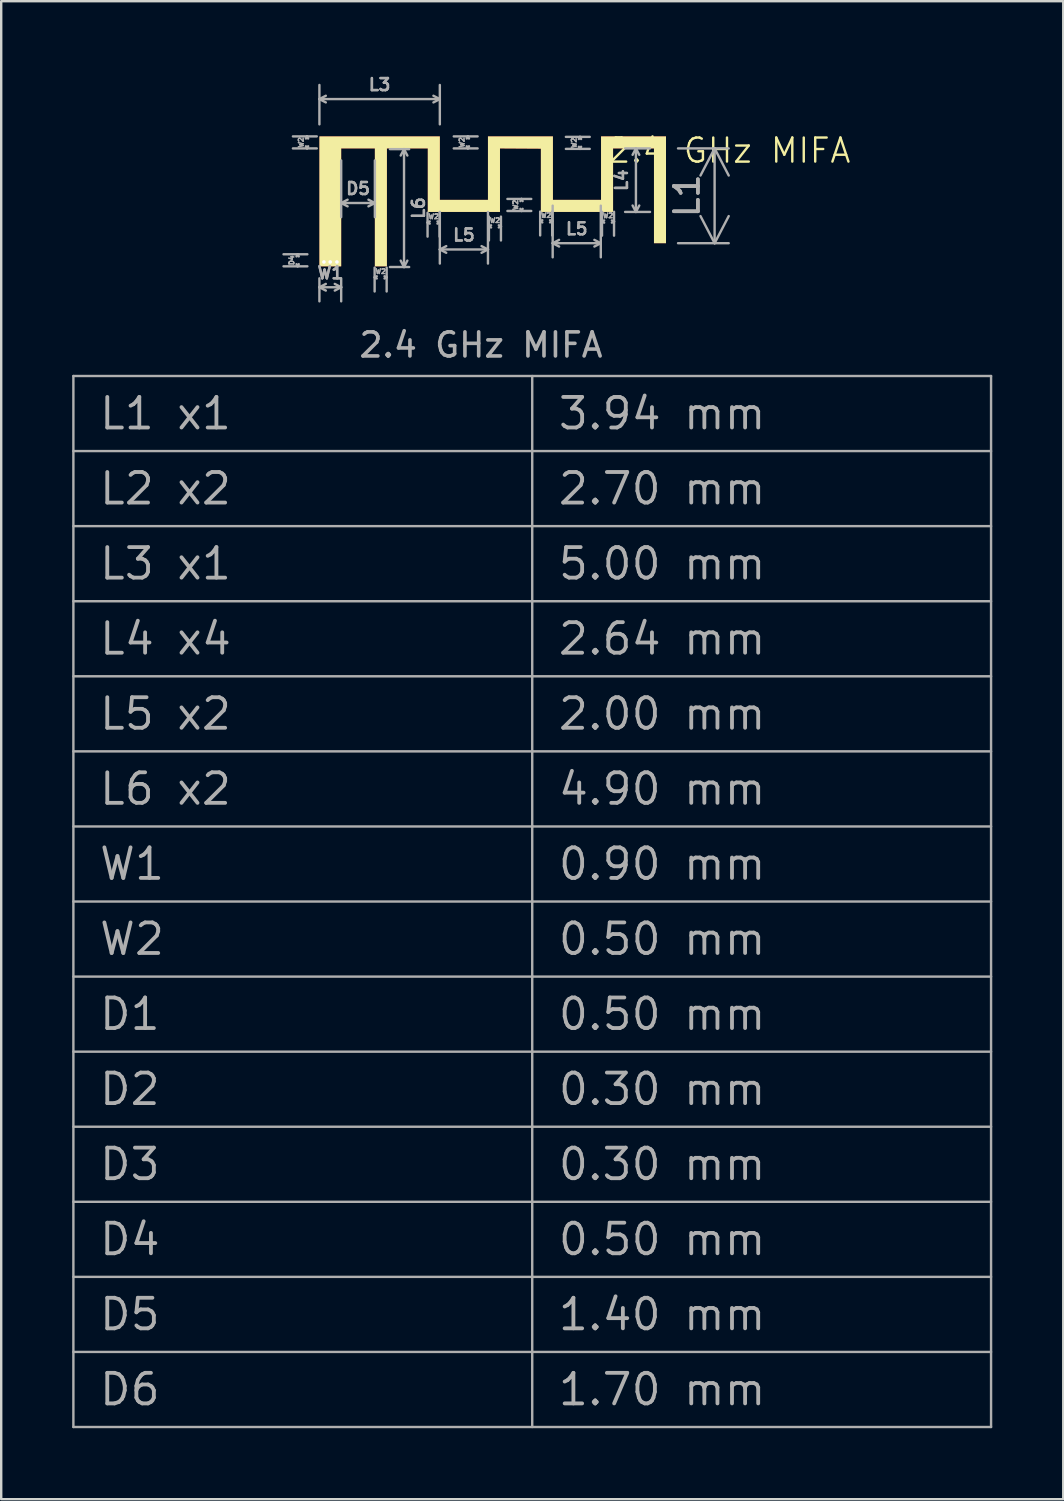
<source format=kicad_pcb>
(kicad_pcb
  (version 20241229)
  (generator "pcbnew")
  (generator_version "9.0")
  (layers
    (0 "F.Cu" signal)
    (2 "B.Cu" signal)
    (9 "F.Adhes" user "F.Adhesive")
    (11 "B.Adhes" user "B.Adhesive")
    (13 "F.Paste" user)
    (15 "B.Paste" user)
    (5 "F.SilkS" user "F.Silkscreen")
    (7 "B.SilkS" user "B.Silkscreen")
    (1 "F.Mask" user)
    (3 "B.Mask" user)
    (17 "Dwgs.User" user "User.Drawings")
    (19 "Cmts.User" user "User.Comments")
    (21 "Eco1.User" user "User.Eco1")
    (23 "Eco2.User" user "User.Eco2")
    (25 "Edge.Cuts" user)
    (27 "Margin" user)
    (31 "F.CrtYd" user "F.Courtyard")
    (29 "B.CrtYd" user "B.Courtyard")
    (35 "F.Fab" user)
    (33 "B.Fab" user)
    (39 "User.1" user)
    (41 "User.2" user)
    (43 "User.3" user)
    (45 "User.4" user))
  (footprint "2.4 GHz MIFA"
    (layer "F.Cu")
    (at 16.94 8.788)
    (property "Reference" "2.4 GHz MIFA" (at 10.32 -5.58 0) (unlocked yes) (layer "F.SilkS") (effects (font (size 1 1) (thickness 0.1))))
    (attr smd)
    (fp_poly (pts (xy -6.71 -6.17) (xy -6.71 -0.77) (xy -5.81 -0.77) (xy -5.81 -5.67) (xy -4.41 -5.67) (xy -4.41 -0.77) (xy -3.91 -0.77) (xy -3.91 -5.67) (xy -2.21 -5.67) (xy -2.21 -3.03) (xy 0.79 -3.03) (xy 0.79 -5.67) (xy 2.49 -5.66) (xy 2.49 -3.03) (xy 5.49 -3.03) (xy 5.49 -5.67) (xy 7.19 -5.67) (xy 7.19 -1.73) (xy 7.69 -1.73) (xy 7.69 -6.17) (xy 4.99 -6.17) (xy 4.99 -3.53) (xy 2.99 -3.53) (xy 2.99 -6.17) (xy 0.29 -6.17) (xy 0.29 -3.53) (xy -1.71 -3.53) (xy -1.71 -6.17)) (stroke (width 0) (type solid)) (fill yes) (layer "F.Cu"))
    (fp_poly (pts (xy -6.715 -6.17) (xy -6.715 -0.77) (xy -5.81 -0.77) (xy -5.81 -5.67) (xy -4.41 -5.67) (xy -4.41 -0.77) (xy -3.91 -0.77) (xy -3.91 -5.67) (xy -2.21 -5.67) (xy -2.21 -3.03) (xy 0.79 -3.03) (xy 0.79 -5.67) (xy 2.49 -5.66) (xy 2.49 -3.03) (xy 5.49 -3.03) (xy 5.49 -5.67) (xy 7.19 -5.67) (xy 7.19 -1.73) (xy 7.69 -1.73) (xy 7.69 -6.17) (xy 4.99 -6.17) (xy 4.99 -3.53) (xy 2.99 -3.53) (xy 2.99 -6.17) (xy 0.29 -6.17) (xy 0.29 -3.53) (xy -1.71 -3.53) (xy -1.71 -6.17)) (stroke (width 0) (type solid)) (fill yes) (layer "F.SilkS"))
    (fp_text user "${REFERENCE}" (at 0 2.5 0) (unlocked yes) (layer "F.Fab") (effects (font (size 1 1) (thickness 0.15))))
    (table (column_count 2) (layer "F.Fab") (border (external yes) (header yes) (stroke (width 0.1) (type solid))) (separators (rows yes) (cols yes) (stroke (width 0.1) (type solid))) (column_widths 19.07 19.07) (row_heights 3.12 3.12 3.12 3.12 3.12 3.12 3.12 3.12 3.12 3.12 3.12 3.12 3.12 3.12) (cells (table_cell "L1 x1" (start -16.94 3.79) (end 2.13 6.91) (margins 1.002 1.002 1.002 1.002) (span 1 1) (layer "F.Fab") (effects (font (size 1.27 1.27)) (justify left))) (table_cell "3.94 mm" (start 2.13 3.79) (end 21.2 6.91) (margins 1.002 1.002 1.002 1.002) (span 1 1) (layer "F.Fab") (effects (font (size 1.27 1.27)) (justify left))) (table_cell "L2 x2" (start -16.94 6.91) (end 2.13 10.03) (margins 1.002 1.002 1.002 1.002) (span 1 1) (layer "F.Fab") (effects (font (size 1.27 1.27)) (justify left))) (table_cell "2.70 mm" (start 2.13 6.91) (end 21.2 10.03) (margins 1.002 1.002 1.002 1.002) (span 1 1) (layer "F.Fab") (effects (font (size 1.27 1.27)) (justify left))) (table_cell "L3 x1" (start -16.94 10.03) (end 2.13 13.15) (margins 1.002 1.002 1.002 1.002) (span 1 1) (layer "F.Fab") (effects (font (size 1.27 1.27)) (justify left))) (table_cell "5.00 mm" (start 2.13 10.03) (end 21.2 13.15) (margins 1.002 1.002 1.002 1.002) (span 1 1) (layer "F.Fab") (effects (font (size 1.27 1.27)) (justify left))) (table_cell "L4 x4" (start -16.94 13.15) (end 2.13 16.27) (margins 1.002 1.002 1.002 1.002) (span 1 1) (layer "F.Fab") (effects (font (size 1.27 1.27)) (justify left))) (table_cell "2.64 mm" (start 2.13 13.15) (end 21.2 16.27) (margins 1.002 1.002 1.002 1.002) (span 1 1) (layer "F.Fab") (effects (font (size 1.27 1.27)) (justify left))) (table_cell "L5 x2" (start -16.94 16.27) (end 2.13 19.39) (margins 1.002 1.002 1.002 1.002) (span 1 1) (layer "F.Fab") (effects (font (size 1.27 1.27)) (justify left))) (table_cell "2.00 mm" (start 2.13 16.27) (end 21.2 19.39) (margins 1.002 1.002 1.002 1.002) (span 1 1) (layer "F.Fab") (effects (font (size 1.27 1.27)) (justify left))) (table_cell "L6 x2" (start -16.94 19.39) (end 2.13 22.51) (margins 1.002 1.002 1.002 1.002) (span 1 1) (layer "F.Fab") (effects (font (size 1.27 1.27)) (justify left))) (table_cell "4.90 mm" (start 2.13 19.39) (end 21.2 22.51) (margins 1.002 1.002 1.002 1.002) (span 1 1) (layer "F.Fab") (effects (font (size 1.27 1.27)) (justify left))) (table_cell "W1" (start -16.94 22.51) (end 2.13 25.63) (margins 1.002 1.002 1.002 1.002) (span 1 1) (layer "F.Fab") (effects (font (size 1.27 1.27)) (justify left))) (table_cell "0.90 mm" (start 2.13 22.51) (end 21.2 25.63) (margins 1.002 1.002 1.002 1.002) (span 1 1) (layer "F.Fab") (effects (font (size 1.27 1.27)) (justify left))) (table_cell "W2" (start -16.94 25.63) (end 2.13 28.75) (margins 1.002 1.002 1.002 1.002) (span 1 1) (layer "F.Fab") (effects (font (size 1.27 1.27)) (justify left))) (table_cell "0.50 mm" (start 2.13 25.63) (end 21.2 28.75) (margins 1.002 1.002 1.002 1.002) (span 1 1) (layer "F.Fab") (effects (font (size 1.27 1.27)) (justify left))) (table_cell "D1" (start -16.94 28.75) (end 2.13 31.87) (margins 1.002 1.002 1.002 1.002) (span 1 1) (layer "F.Fab") (effects (font (size 1.27 1.27)) (justify left))) (table_cell "0.50 mm" (start 2.13 28.75) (end 21.2 31.87) (margins 1.002 1.002 1.002 1.002) (span 1 1) (layer "F.Fab") (effects (font (size 1.27 1.27)) (justify left))) (table_cell "D2" (start -16.94 31.87) (end 2.13 34.99) (margins 1.002 1.002 1.002 1.002) (span 1 1) (layer "F.Fab") (effects (font (size 1.27 1.27)) (justify left))) (table_cell "0.30 mm" (start 2.13 31.87) (end 21.2 34.99) (margins 1.002 1.002 1.002 1.002) (span 1 1) (layer "F.Fab") (effects (font (size 1.27 1.27)) (justify left))) (table_cell "D3" (start -16.94 34.99) (end 2.13 38.11) (margins 1.002 1.002 1.002 1.002) (span 1 1) (layer "F.Fab") (effects (font (size 1.27 1.27)) (justify left))) (table_cell "0.30 mm" (start 2.13 34.99) (end 21.2 38.11) (margins 1.002 1.002 1.002 1.002) (span 1 1) (layer "F.Fab") (effects (font (size 1.27 1.27)) (justify left))) (table_cell "D4" (start -16.94 38.11) (end 2.13 41.23) (margins 1.002 1.002 1.002 1.002) (span 1 1) (layer "F.Fab") (effects (font (size 1.27 1.27)) (justify left))) (table_cell "0.50 mm" (start 2.13 38.11) (end 21.2 41.23) (margins 1.002 1.002 1.002 1.002) (span 1 1) (layer "F.Fab") (effects (font (size 1.27 1.27)) (justify left))) (table_cell "D5" (start -16.94 41.23) (end 2.13 44.35) (margins 1.002 1.002 1.002 1.002) (span 1 1) (layer "F.Fab") (effects (font (size 1.27 1.27)) (justify left))) (table_cell "1.40 mm" (start 2.13 41.23) (end 21.2 44.35) (margins 1.002 1.002 1.002 1.002) (span 1 1) (layer "F.Fab") (effects (font (size 1.27 1.27)) (justify left))) (table_cell "D6" (start -16.94 44.35) (end 2.13 47.47) (margins 1.002 1.002 1.002 1.002) (span 1 1) (layer "F.Fab") (effects (font (size 1.27 1.27)) (justify left))) (table_cell "1.70 mm" (start 2.13 44.35) (end 21.2 47.47) (margins 1.002 1.002 1.002 1.002) (span 1 1) (layer "F.Fab") (effects (font (size 1.27 1.27)) (justify left)))))
    (dimension (type orthogonal) (layer "F.Fab") (pts (xy 19.92 4.998) (xy 21.92 4.998)) (height 2.06) (orientation 0) (format (prefix "") (suffix "") (units 3) (units_format 0) (precision 4) (override_value "L5") (suppress_zeroes yes)) (style (thickness 0.1) (arrow_length 0.3) (text_position_mode 0) (arrow_direction outward) (extension_height 0.586) (extension_offset 0.5) (keep_text_aligned yes)) (gr_text "L5" (at 20.92 6.458 0) (layer "F.Fab") (effects (font (size 0.5 0.5) (thickness 0.1) (bold yes)))))
    (dimension (type orthogonal) (layer "F.Fab") (pts (xy 10.225 8.018) (xy 11.13 8.018)) (height 0.87) (orientation 0) (format (prefix "") (suffix "") (units 3) (units_format 0) (precision 4) (override_value "W1") (suppress_zeroes yes)) (style (thickness 0.1) (arrow_length 0.3) (text_position_mode 0) (arrow_direction outward) (extension_height 0.586) (extension_offset 0.5) (keep_text_aligned yes)) (gr_text "W1" (at 10.678 8.288 0) (layer "F.Fab") (effects (font (size 0.5 0.5) (thickness 0.1) (bold yes)))))
    (dimension (type orthogonal) (layer "F.Fab") (pts (xy 10.225 8.018) (xy 10.225 7.518)) (height -0.905) (orientation 1) (format (prefix "") (suffix "") (units 3) (units_format 0) (precision 4) (override_value "D4") (suppress_zeroes yes)) (style (thickness 0.1) (arrow_length 0.1) (text_position_mode 0) (arrow_direction outward) (extension_height 0.586) (extension_offset 0.5) (keep_text_aligned yes)) (gr_text "D4" (at 9.07 7.768 90) (layer "F.Fab") (effects (font (size 0.2 0.2) (thickness 0.1) (bold yes)))))
    (dimension (type orthogonal) (layer "F.Fab") (pts (xy 19.53 5.718) (xy 19.53 5.218)) (height -0.905) (orientation 1) (format (prefix "") (suffix "") (units 3) (units_format 0) (precision 4) (override_value "W2") (suppress_zeroes yes)) (style (thickness 0.1) (arrow_length 0.1) (text_position_mode 0) (arrow_direction outward) (extension_height 0.586) (extension_offset 0.5) (keep_text_aligned yes)) (gr_text "W2" (at 18.375 5.468 90) (layer "F.Fab") (effects (font (size 0.2 0.2) (thickness 0.1) (bold yes)))))
    (dimension (type orthogonal) (layer "F.Fab") (pts (xy 17.3 3.118) (xy 17.3 2.618)) (height -0.905) (orientation 1) (format (prefix "") (suffix "") (units 3) (units_format 0) (precision 4) (override_value "W2") (suppress_zeroes yes)) (style (thickness 0.1) (arrow_length 0.1) (text_position_mode 0) (arrow_direction outward) (extension_height 0.586) (extension_offset 0.5) (keep_text_aligned yes)) (gr_text "W2" (at 16.145 2.868 90) (layer "F.Fab") (effects (font (size 0.2 0.2) (thickness 0.1) (bold yes)))))
    (dimension (type orthogonal) (layer "F.Fab") (pts (xy 22.43 3.118) (xy 22.43 5.758)) (height 0.95) (orientation 1) (format (prefix "") (suffix "") (units 3) (units_format 0) (precision 4) (override_value "L4") (suppress_zeroes yes)) (style (thickness 0.1) (arrow_length 0.3) (text_position_mode 0) (arrow_direction outward) (extension_height 0.586) (extension_offset 0.5) (keep_text_aligned yes)) (gr_text "L4" (at 22.78 4.438 90) (layer "F.Fab") (effects (font (size 0.5 0.5) (thickness 0.1) (bold yes)))))
    (dimension (type orthogonal) (layer "F.Fab") (pts (xy 14.455 8.048) (xy 14.455 3.148)) (height -0.713) (orientation 1) (format (prefix "") (suffix "") (units 3) (units_format 0) (precision 4) (override_value "L6") (suppress_zeroes yes)) (style (thickness 0.1) (arrow_length 0.3) (text_position_mode 2) (arrow_direction outward) (extension_height 0.586) (extension_offset 0.5) (keep_text_aligned yes)) (gr_text "L6" (at 14.342 5.598 90) (layer "F.Fab") (effects (font (size 0.5 0.5) (thickness 0.1) (bold yes)))))
    (dimension (type orthogonal) (layer "F.Fab") (pts (xy 15.23 5.258) (xy 17.23 5.258)) (height 2.06) (orientation 0) (format (prefix "") (suffix "") (units 3) (units_format 0) (precision 4) (override_value "L5") (suppress_zeroes yes)) (style (thickness 0.1) (arrow_length 0.3) (text_position_mode 0) (arrow_direction outward) (extension_height 0.586) (extension_offset 0.5) (keep_text_aligned yes)) (gr_text "L5" (at 16.23 6.718 0) (layer "F.Fab") (effects (font (size 0.5 0.5) (thickness 0.1) (bold yes)))))
    (dimension (type orthogonal) (layer "F.Fab") (pts (xy 22.47 5.253) (xy 21.97 5.253)) (height 0.905) (orientation 0) (format (prefix "") (suffix "") (units 3) (units_format 0) (precision 4) (override_value "W2") (suppress_zeroes yes)) (style (thickness 0.1) (arrow_length 0.1) (text_position_mode 0) (arrow_direction outward) (extension_height 0.586) (extension_offset 0.5) (keep_text_aligned yes)) (gr_text "W2" (at 22.22 5.908 0) (layer "F.Fab") (effects (font (size 0.2 0.2) (thickness 0.1) (bold yes)))))
    (dimension (type orthogonal) (layer "F.Fab") (pts (xy 13.02 7.573) (xy 12.52 7.573)) (height 0.905) (orientation 0) (format (prefix "") (suffix "") (units 3) (units_format 0) (precision 4) (override_value "W2") (suppress_zeroes yes)) (style (thickness 0.1) (arrow_length 0.1) (text_position_mode 0) (arrow_direction outward) (extension_height 0.586) (extension_offset 0.5) (keep_text_aligned yes)) (gr_text "W2" (at 12.77 8.228 0) (layer "F.Fab") (effects (font (size 0.2 0.2) (thickness 0.1) (bold yes)))))
    (dimension (type orthogonal) (layer "F.Fab") (pts (xy 21.96 3.138) (xy 21.96 2.638)) (height -0.905) (orientation 1) (format (prefix "") (suffix "") (units 3) (units_format 0) (precision 4) (override_value "W2") (suppress_zeroes yes)) (style (thickness 0.1) (arrow_length 0.1) (text_position_mode 0) (arrow_direction outward) (extension_height 0.586) (extension_offset 0.5) (keep_text_aligned yes)) (gr_text "W2" (at 20.805 2.888 90) (layer "F.Fab") (effects (font (size 0.2 0.2) (thickness 0.1) (bold yes)))))
    (dimension (type orthogonal) (layer "F.Fab") (pts (xy 15.22 5.293) (xy 14.72 5.293)) (height 0.905) (orientation 0) (format (prefix "") (suffix "") (units 3) (units_format 0) (precision 4) (override_value "W2") (suppress_zeroes yes)) (style (thickness 0.1) (arrow_length 0.1) (text_position_mode 0) (arrow_direction outward) (extension_height 0.586) (extension_offset 0.5) (keep_text_aligned yes)) (gr_text "W2" (at 14.97 5.948 0) (layer "F.Fab") (effects (font (size 0.2 0.2) (thickness 0.1) (bold yes)))))
    (dimension (type orthogonal) (layer "F.Fab") (pts (xy 10.225 2.618) (xy 15.23 2.618)) (height -1.55) (orientation 0) (format (prefix "") (suffix "") (units 3) (units_format 0) (precision 4) (override_value "L3") (suppress_zeroes yes)) (style (thickness 0.1) (arrow_length 0.3) (text_position_mode 0) (arrow_direction outward) (extension_height 0.586) (extension_offset 0.5) (keep_text_aligned yes)) (gr_text "L3" (at 12.727 0.468 0) (layer "F.Fab") (effects (font (size 0.5 0.5) (thickness 0.1) (bold yes)))))
    (dimension (type orthogonal) (layer "F.Fab") (pts (xy 10.615 3.118) (xy 10.615 2.618)) (height -0.905) (orientation 1) (format (prefix "") (suffix "") (units 3) (units_format 0) (precision 4) (override_value "W2") (suppress_zeroes yes)) (style (thickness 0.1) (arrow_length 0.1) (text_position_mode 0) (arrow_direction outward) (extension_height 0.586) (extension_offset 0.5) (keep_text_aligned yes)) (gr_text "W2" (at 9.46 2.868 90) (layer "F.Fab") (effects (font (size 0.2 0.2) (thickness 0.1) (bold yes)))))
    (dimension (type orthogonal) (layer "F.Fab") (pts (xy 24.63 7.058) (xy 24.63 3.118)) (height 2.02) (orientation 1) (format (prefix "") (suffix "") (units 3) (units_format 0) (precision 4) (override_value "L1") (suppress_zeroes yes)) (style (thickness 0.1) (arrow_length 1.27) (text_position_mode 0) (arrow_direction outward) (extension_height 0.586) (extension_offset 0.5) (keep_text_aligned yes)) (gr_text "L1" (at 25.5 5.088 90) (layer "F.Fab") (effects (font (size 1 1) (thickness 0.15)))))
    (dimension (type orthogonal) (layer "F.Fab") (pts (xy 17.77 5.453) (xy 17.27 5.453)) (height 0.905) (orientation 0) (format (prefix "") (suffix "") (units 3) (units_format 0) (precision 4) (override_value "W2") (suppress_zeroes yes)) (style (thickness 0.1) (arrow_length 0.1) (text_position_mode 0) (arrow_direction outward) (extension_height 0.586) (extension_offset 0.5) (keep_text_aligned yes)) (gr_text "W2" (at 17.52 6.108 0) (layer "F.Fab") (effects (font (size 0.2 0.2) (thickness 0.1) (bold yes)))))
    (dimension (type orthogonal) (layer "F.Fab") (pts (xy 19.9 5.243) (xy 19.4 5.243)) (height 0.905) (orientation 0) (format (prefix "") (suffix "") (units 3) (units_format 0) (precision 4) (override_value "W2") (suppress_zeroes yes)) (style (thickness 0.1) (arrow_length 0.1) (text_position_mode 0) (arrow_direction outward) (extension_height 0.586) (extension_offset 0.5) (keep_text_aligned yes)) (gr_text "W2" (at 19.65 5.898 0) (layer "F.Fab") (effects (font (size 0.2 0.2) (thickness 0.1) (bold yes)))))
    (dimension (type orthogonal) (layer "F.Fab") (pts (xy 11.13 3.118) (xy 12.53 3.118)) (height 2.27) (orientation 0) (format (prefix "") (suffix "") (units 3) (units_format 0) (precision 4) (override_value "D5") (suppress_zeroes yes)) (style (thickness 0.1) (arrow_length 0.3) (text_position_mode 0) (arrow_direction outward) (extension_height 0.586) (extension_offset 0.5) (keep_text_aligned yes)) (gr_text "D5" (at 11.83 4.788 0) (layer "F.Fab") (effects (font (size 0.5 0.5) (thickness 0.1) (bold yes)))))
    (pad "1" thru_hole circle (at -6.527 -0.95) (size 0.25 0.25) (drill 0.15) (layers "*.Cu" "*.Mask") (remove_unused_layers yes) (zone_layer_connections) (padstack (mode front_inner_back) (layer "Inner" (shape custom) (size 1.905 1.27) (options (anchor rect)) (primitives)) (layer "B.Cu" (shape custom) (size 1.905 1.27) (options (anchor rect)) (primitives))))
    (pad "1" thru_hole circle (at -6.266 -0.95) (size 0.25 0.25) (drill 0.15) (layers "*.Cu" "*.Mask") (remove_unused_layers yes) (zone_layer_connections) (padstack (mode front_inner_back) (layer "Inner" (shape custom) (size 1.905 1.27) (options (anchor rect)) (primitives)) (layer "B.Cu" (shape custom) (size 1.905 1.27) (options (anchor rect)) (primitives))))
    (pad "1" thru_hole circle (at -5.987 -0.95) (size 0.25 0.25) (drill 0.15) (layers "*.Cu" "*.Mask") (remove_unused_layers yes) (zone_layer_connections) (padstack (mode front_inner_back) (layer "Inner" (shape custom) (size 1.905 1.27) (options (anchor rect)) (primitives)) (layer "B.Cu" (shape custom) (size 1.905 1.27) (options (anchor rect)) (primitives))))
    (pad "2" smd roundrect (at -4.15 -0.91) (size 0.375 0.25) (layers "F.Cu" "F.Mask" "F.Paste") (roundrect_rratio 0.15) (padstack (mode front_inner_back) (layer "Inner" (shape custom) (size 1.905 1.27) (options (anchor rect)) (primitives)) (layer "B.Cu" (shape custom) (size 1.905 1.27) (options (anchor rect)) (primitives))))
    (zone (net_name "") (layer "F.Cu") (hatch full 0.5) (connect_pads) (min_thickness 0.25) (filled_areas_thickness no) (keepout (tracks not_allowed) (vias not_allowed) (pads not_allowed) (copperpour not_allowed) (footprints not_allowed)) (placement (enabled no)) (fill) (polygon (pts (xy 9.73 7.528) (xy 9.73 2.328) (xy 24.93 2.328) (xy 24.93 7.528)))))
  (gr_rect
    (start -3 -3)
    (end 41.14 59.258)
    (stroke (width 0.1) (type default))
    (fill no)
    (layer "Edge.Cuts")))
</source>
